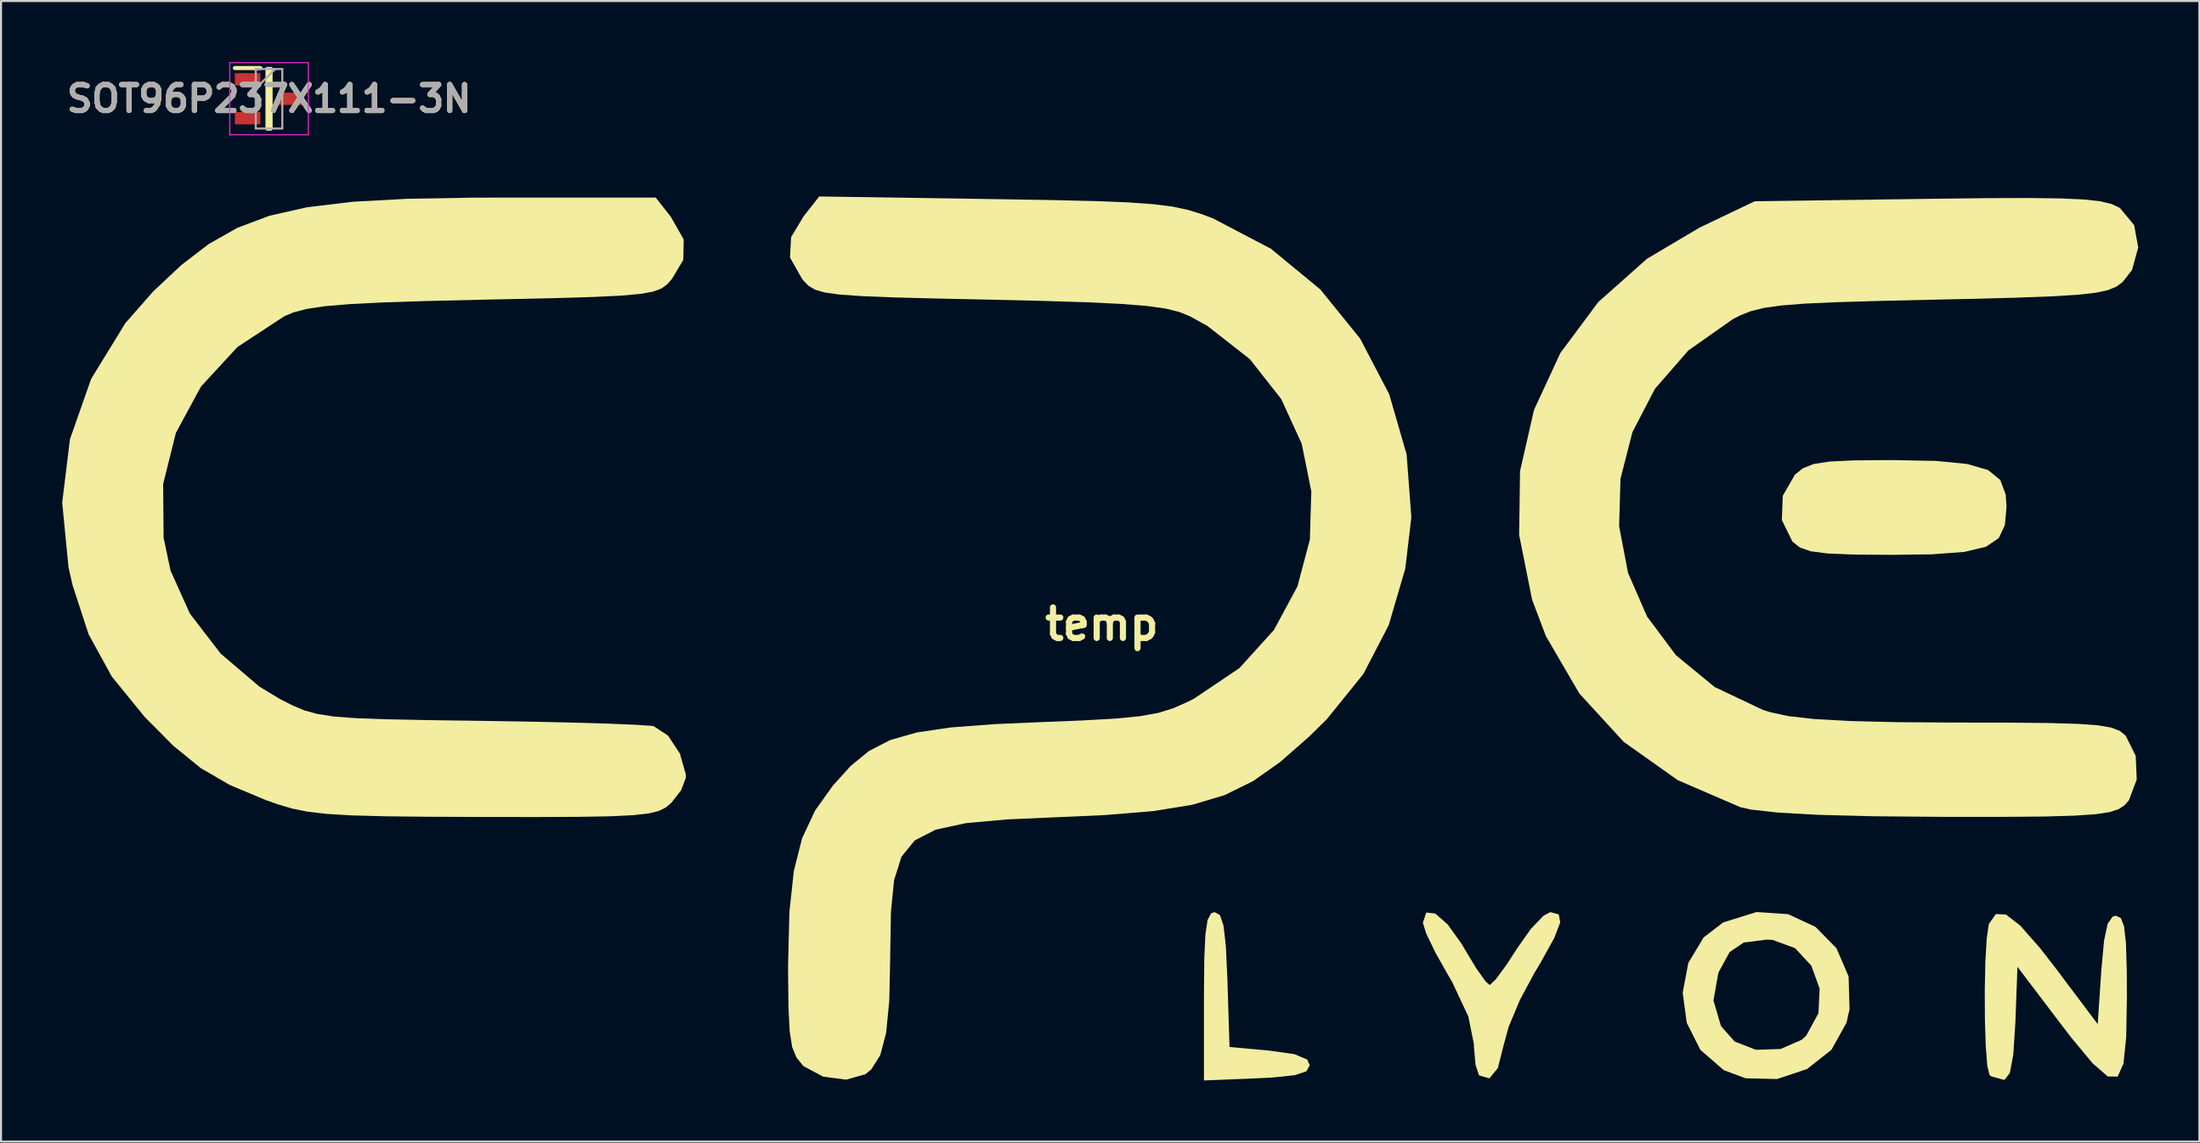
<source format=kicad_pcb>
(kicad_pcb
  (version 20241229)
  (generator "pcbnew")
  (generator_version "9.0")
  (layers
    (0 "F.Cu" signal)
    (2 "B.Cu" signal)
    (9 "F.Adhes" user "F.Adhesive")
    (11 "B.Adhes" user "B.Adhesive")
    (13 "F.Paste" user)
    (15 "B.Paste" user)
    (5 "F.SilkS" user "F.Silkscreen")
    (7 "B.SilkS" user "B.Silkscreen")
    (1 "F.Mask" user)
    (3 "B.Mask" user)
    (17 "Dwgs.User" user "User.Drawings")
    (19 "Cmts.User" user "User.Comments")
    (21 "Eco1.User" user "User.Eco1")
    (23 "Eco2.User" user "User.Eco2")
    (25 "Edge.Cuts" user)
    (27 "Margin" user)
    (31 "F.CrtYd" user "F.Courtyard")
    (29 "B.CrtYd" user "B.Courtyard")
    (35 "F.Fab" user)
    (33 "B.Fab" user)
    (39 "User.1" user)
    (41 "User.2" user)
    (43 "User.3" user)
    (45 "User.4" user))
  (footprint "SOT96P237X111-3N"
    (layer "F.Cu")
    (at 10.142 1.795)
    (property "Reference" "SOT96P237X111-3N" (at 0 0 0) (layer "F.SilkS") (effects (font (size 1.27 1.27) (thickness 0.254))))
    (attr smd)
    (fp_line (start -1.675 -1.505) (end -0.425 -1.505) (stroke (width 0.2) (type solid)) (layer "F.SilkS"))
    (fp_line (start -0.075 -1.46) (end 0.075 -1.46) (stroke (width 0.2) (type solid)) (layer "F.SilkS"))
    (fp_line (start -0.075 1.46) (end -0.075 -1.46) (stroke (width 0.2) (type solid)) (layer "F.SilkS"))
    (fp_line (start 0.075 -1.46) (end 0.075 1.46) (stroke (width 0.2) (type solid)) (layer "F.SilkS"))
    (fp_line (start 0.075 1.46) (end -0.075 1.46) (stroke (width 0.2) (type solid)) (layer "F.SilkS"))
    (fp_line (start -1.925 -1.77) (end 1.925 -1.77) (stroke (width 0.05) (type solid)) (layer "F.CrtYd"))
    (fp_line (start -1.925 1.77) (end -1.925 -1.77) (stroke (width 0.05) (type solid)) (layer "F.CrtYd"))
    (fp_line (start 1.925 -1.77) (end 1.925 1.77) (stroke (width 0.05) (type solid)) (layer "F.CrtYd"))
    (fp_line (start 1.925 1.77) (end -1.925 1.77) (stroke (width 0.05) (type solid)) (layer "F.CrtYd"))
    (fp_line (start -0.65 -1.46) (end 0.65 -1.46) (stroke (width 0.1) (type solid)) (layer "F.Fab"))
    (fp_line (start -0.65 -0.505) (end 0.305 -1.46) (stroke (width 0.1) (type solid)) (layer "F.Fab"))
    (fp_line (start -0.65 1.46) (end -0.65 -1.46) (stroke (width 0.1) (type solid)) (layer "F.Fab"))
    (fp_line (start 0.65 -1.46) (end 0.65 1.46) (stroke (width 0.1) (type solid)) (layer "F.Fab"))
    (fp_line (start 0.65 1.46) (end -0.65 1.46) (stroke (width 0.1) (type solid)) (layer "F.Fab"))
    (fp_text user "${REFERENCE}" (at 0 0 0) (layer "F.Fab") (effects (font (size 1.27 1.27) (thickness 0.254))))
    (pad "1" smd rect (at -1.05 -0.955 90) (size 0.6 1.25) (layers "F.Cu" "F.Mask" "F.Paste"))
    (pad "2" smd rect (at -1.05 0.955 90) (size 0.6 1.25) (layers "F.Cu" "F.Mask" "F.Paste"))
    (pad "3" smd rect (at 1.05 0 90) (size 0.6 1.25) (layers "F.Cu" "F.Mask" "F.Paste")))
  (footprint "temp"
    (layer "F.Cu")
    (at 50.976 27.573)
    (property "Reference" "temp" (at 0 0 0) (layer "F.SilkS") (effects (font (size 1.5 1.5) (thickness 0.3))))
    (attr board_only exclude_from_pos_files exclude_from_bom)
    (fp_poly (pts (xy 5.792 14.278) (xy 5.968 14.796) (xy 6.082 15.798) (xy 6.156 17.399) (xy 6.158 17.44) (xy 6.261 20.749) (xy 8.228 20.928) (xy 9.454 21.103) (xy 10.071 21.367) (xy 10.196 21.644) (xy 10.033 21.94) (xy 9.464 22.131) (xy 8.364 22.247) (xy 7.602 22.285) (xy 5.008 22.39) (xy 5.008 18.261) (xy 5.024 16.443) (xy 5.078 15.231) (xy 5.186 14.515) (xy 5.36 14.188) (xy 5.532 14.131)) (stroke (width 0) (type solid)) (fill yes) (layer "F.SilkS"))
    (fp_poly (pts (xy 40.895 -8.008) (xy 42.437 -7.857) (xy 43.458 -7.559) (xy 44.054 -7.073) (xy 44.32 -6.362) (xy 44.361 -5.759) (xy 44.281 -4.859) (xy 43.977 -4.218) (xy 43.347 -3.793) (xy 42.294 -3.543) (xy 40.716 -3.425) (xy 38.753 -3.399) (xy 36.885 -3.412) (xy 35.597 -3.465) (xy 34.756 -3.574) (xy 34.228 -3.759) (xy 33.878 -4.036) (xy 33.862 -4.053) (xy 33.344 -5.106) (xy 33.39 -6.297) (xy 33.986 -7.334) (xy 34.38 -7.65) (xy 34.903 -7.857) (xy 35.701 -7.978) (xy 36.921 -8.035) (xy 38.708 -8.049) (xy 38.736 -8.049)) (stroke (width 0) (type solid)) (fill yes) (layer "F.SilkS"))
    (fp_poly (pts (xy 22.408 14.243) (xy 22.477 14.638) (xy 22.182 15.406) (xy 21.499 16.637) (xy 21.209 17.119) (xy 20.498 18.446) (xy 19.947 19.763) (xy 19.689 20.714) (xy 19.417 21.786) (xy 19.005 22.288) (xy 18.512 22.149) (xy 18.491 22.128) (xy 18.327 21.636) (xy 18.246 20.75) (xy 18.244 20.6) (xy 17.972 19.253) (xy 17.184 17.571) (xy 16.992 17.243) (xy 16.355 16.114) (xy 15.904 15.176) (xy 15.741 14.65) (xy 15.91 14.15) (xy 16.351 14.201) (xy 16.965 14.74) (xy 17.654 15.707) (xy 17.777 15.919) (xy 18.359 16.887) (xy 18.822 17.536) (xy 19.019 17.708) (xy 19.319 17.428) (xy 19.852 16.703) (xy 20.358 15.92) (xy 21.037 14.955) (xy 21.659 14.306) (xy 21.998 14.131)) (stroke (width 0) (type solid)) (fill yes) (layer "F.SilkS"))
    (fp_poly (pts (xy 33.649 14.231) (xy 34.994 14.855) (xy 36.022 15.904) (xy 36.617 17.285) (xy 36.663 18.904) (xy 36.514 19.56) (xy 35.775 20.887) (xy 34.579 21.831) (xy 33.112 22.321) (xy 31.563 22.283) (xy 30.495 21.885) (xy 29.352 20.892) (xy 28.681 19.563) (xy 28.535 18.469) (xy 29.991 18.469) (xy 30.361 19.724) (xy 31.03 20.481) (xy 32.068 20.886) (xy 33.279 20.848) (xy 34.322 20.394) (xy 34.539 20.195) (xy 35.14 19.089) (xy 35.197 17.881) (xy 34.788 16.755) (xy 33.99 15.897) (xy 32.879 15.492) (xy 32.584 15.483) (xy 31.474 15.624) (xy 30.785 16.091) (xy 30.248 17.071) (xy 30.231 17.11) (xy 29.991 18.469) (xy 28.535 18.469) (xy 28.483 18.081) (xy 28.758 16.625) (xy 29.508 15.375) (xy 30.467 14.637) (xy 32.102 14.127)) (stroke (width 0) (type solid)) (fill yes) (layer "F.SilkS"))
    (fp_poly (pts (xy 44.33 14.248) (xy 45.037 14.795) (xy 46.013 15.906) (xy 46.767 16.879) (xy 48.832 19.628) (xy 49.011 16.969) (xy 49.143 15.536) (xy 49.319 14.701) (xy 49.573 14.345) (xy 49.727 14.31) (xy 49.967 14.422) (xy 50.125 14.835) (xy 50.217 15.663) (xy 50.257 17.017) (xy 50.263 18.24) (xy 50.23 20.247) (xy 50.096 21.561) (xy 49.811 22.203) (xy 49.325 22.195) (xy 48.589 21.556) (xy 47.552 20.309) (xy 47.009 19.602) (xy 44.897 16.814) (xy 44.793 19.587) (xy 44.692 21.126) (xy 44.523 22.025) (xy 44.27 22.354) (xy 44.226 22.359) (xy 43.624 22.195) (xy 43.526 22.121) (xy 43.417 21.67) (xy 43.342 20.697) (xy 43.301 19.395) (xy 43.294 17.956) (xy 43.323 16.573) (xy 43.388 15.438) (xy 43.488 14.745) (xy 43.504 14.697) (xy 43.837 14.227)) (stroke (width 0) (type solid)) (fill yes) (layer "F.SilkS"))
    (fp_poly (pts (xy 47.003 -20.888) (xy 48.156 -20.836) (xy 48.96 -20.746) (xy 49.505 -20.615) (xy 49.885 -20.438) (xy 49.925 -20.412) (xy 50.619 -19.578) (xy 50.818 -18.478) (xy 50.513 -17.372) (xy 50.048 -16.78) (xy 49.753 -16.562) (xy 49.346 -16.391) (xy 48.737 -16.26) (xy 47.833 -16.159) (xy 46.541 -16.08) (xy 44.77 -16.015) (xy 42.426 -15.955) (xy 40.836 -15.92) (xy 38.13 -15.858) (xy 36.038 -15.796) (xy 34.461 -15.725) (xy 33.298 -15.633) (xy 32.449 -15.512) (xy 31.813 -15.351) (xy 31.29 -15.142) (xy 30.945 -14.966) (xy 28.763 -13.43) (xy 27.123 -11.548) (xy 26.016 -9.417) (xy 25.433 -7.136) (xy 25.365 -4.802) (xy 25.802 -2.515) (xy 26.735 -0.372) (xy 28.155 1.529) (xy 30.053 3.089) (xy 32.419 4.21) (xy 32.756 4.317) (xy 33.653 4.512) (xy 34.926 4.657) (xy 36.658 4.754) (xy 38.932 4.81) (xy 41.832 4.83) (xy 42.037 4.83) (xy 44.574 4.834) (xy 46.492 4.854) (xy 47.888 4.896) (xy 48.857 4.967) (xy 49.495 5.077) (xy 49.9 5.232) (xy 50.167 5.441) (xy 50.208 5.484) (xy 50.696 6.466) (xy 50.745 7.627) (xy 50.362 8.644) (xy 50.146 8.888) (xy 49.859 9.079) (xy 49.416 9.224) (xy 48.726 9.328) (xy 47.698 9.398) (xy 46.244 9.44) (xy 44.271 9.457) (xy 41.691 9.458) (xy 41.113 9.456) (xy 37.782 9.427) (xy 35.141 9.358) (xy 33.166 9.249) (xy 31.833 9.099) (xy 31.303 8.98) (xy 28.236 7.654) (xy 25.587 5.775) (xy 23.414 3.402) (xy 21.776 0.592) (xy 21.098 -1.2) (xy 20.463 -4.377) (xy 20.507 -7.506) (xy 21.191 -10.507) (xy 22.481 -13.297) (xy 24.338 -15.797) (xy 26.726 -17.923) (xy 29.316 -19.459) (xy 32.018 -20.749) (xy 40.534 -20.867) (xy 43.284 -20.9) (xy 45.41 -20.908)) (stroke (width 0) (type solid)) (fill yes) (layer "F.SilkS"))
    (fp_poly (pts (xy -21.133 -19.986) (xy -20.5 -18.874) (xy -20.522 -17.87) (xy -21.075 -16.943) (xy -21.308 -16.677) (xy -21.584 -16.472) (xy -21.993 -16.317) (xy -22.628 -16.202) (xy -23.58 -16.117) (xy -24.94 -16.052) (xy -26.8 -15.997) (xy -29.251 -15.942) (xy -30.287 -15.92) (xy -33.078 -15.854) (xy -35.25 -15.784) (xy -36.896 -15.7) (xy -38.112 -15.597) (xy -38.995 -15.464) (xy -39.637 -15.295) (xy -40.081 -15.11) (xy -42.386 -13.594) (xy -44.174 -11.653) (xy -45.402 -9.381) (xy -46.026 -6.877) (xy -46.004 -4.235) (xy -45.664 -2.626) (xy -44.715 -0.516) (xy -43.208 1.445) (xy -41.299 3.073) (xy -40.291 3.68) (xy -39.673 3.994) (xy -39.103 4.233) (xy -38.471 4.408) (xy -37.669 4.531) (xy -36.587 4.614) (xy -35.117 4.669) (xy -33.149 4.709) (xy -30.587 4.744) (xy -28.245 4.781) (xy -26.111 4.828) (xy -24.302 4.88) (xy -22.932 4.935) (xy -22.116 4.988) (xy -21.973 5.008) (xy -21.274 5.468) (xy -20.689 6.35) (xy -20.399 7.366) (xy -20.392 7.53) (xy -20.628 8.151) (xy -21.107 8.765) (xy -21.37 8.991) (xy -21.708 9.164) (xy -22.213 9.289) (xy -22.979 9.375) (xy -24.096 9.429) (xy -25.658 9.456) (xy -27.756 9.465) (xy -30.319 9.462) (xy -33.038 9.452) (xy -35.151 9.429) (xy -36.765 9.386) (xy -37.991 9.314) (xy -38.936 9.204) (xy -39.71 9.048) (xy -40.421 8.837) (xy -40.992 8.634) (xy -42.75 7.898) (xy -44.179 7.067) (xy -45.526 5.971) (xy -46.932 4.554) (xy -48.546 2.57) (xy -49.68 0.503) (xy -50.469 -1.913) (xy -50.666 -2.785) (xy -50.976 -5.959) (xy -50.596 -9.072) (xy -49.555 -12.037) (xy -47.878 -14.769) (xy -46.515 -16.322) (xy -45.139 -17.614) (xy -43.798 -18.645) (xy -42.391 -19.443) (xy -40.814 -20.037) (xy -38.965 -20.454) (xy -36.741 -20.723) (xy -34.04 -20.87) (xy -30.759 -20.926) (xy -29.644 -20.928) (xy -21.874 -20.928)) (stroke (width 0) (type solid)) (fill yes) (layer "F.SilkS"))
    (fp_poly (pts (xy -5.229 -20.853) (xy -2.483 -20.807) (xy -0.346 -20.757) (xy 1.288 -20.693) (xy 2.526 -20.605) (xy 3.473 -20.485) (xy 4.237 -20.322) (xy 4.924 -20.107) (xy 5.456 -19.905) (xy 8.296 -18.416) (xy 10.715 -16.421) (xy 12.664 -14.013) (xy 14.091 -11.283) (xy 14.946 -8.326) (xy 15.177 -5.234) (xy 14.879 -2.722) (xy 14.067 0.053) (xy 12.821 2.451) (xy 11.026 4.672) (xy 10.149 5.535) (xy 8.741 6.769) (xy 7.413 7.705) (xy 6.025 8.388) (xy 4.438 8.864) (xy 2.515 9.176) (xy 0.115 9.372) (xy -1.968 9.464) (xy -4.63 9.581) (xy -6.663 9.765) (xy -8.149 10.087) (xy -9.176 10.614) (xy -9.826 11.417) (xy -10.186 12.563) (xy -10.341 14.122) (xy -10.375 16.163) (xy -10.375 16.288) (xy -10.421 18.476) (xy -10.577 20.06) (xy -10.863 21.148) (xy -11.303 21.847) (xy -11.591 22.085) (xy -12.535 22.351) (xy -13.661 22.205) (xy -14.61 21.699) (xy -14.668 21.644) (xy -14.977 21.261) (xy -15.183 20.754) (xy -15.305 19.981) (xy -15.365 18.801) (xy -15.383 17.072) (xy -15.383 16.699) (xy -15.319 14.131) (xy -15.103 12.118) (xy -14.696 10.507) (xy -14.06 9.148) (xy -13.192 7.929) (xy -12.314 6.958) (xy -11.417 6.224) (xy -10.379 5.69) (xy -9.079 5.317) (xy -7.396 5.068) (xy -5.208 4.905) (xy -3.22 4.818) (xy -0.993 4.729) (xy 0.656 4.636) (xy 1.865 4.518) (xy 2.77 4.355) (xy 3.51 4.125) (xy 4.222 3.809) (xy 4.516 3.66) (xy 6.751 2.155) (xy 8.442 0.284) (xy 9.592 -1.851) (xy 10.202 -4.151) (xy 10.272 -6.516) (xy 9.803 -8.847) (xy 8.798 -11.042) (xy 7.256 -13.003) (xy 5.179 -14.629) (xy 4.307 -15.11) (xy 3.796 -15.317) (xy 3.13 -15.482) (xy 2.213 -15.61) (xy 0.95 -15.711) (xy -0.754 -15.793) (xy -2.994 -15.862) (xy -5.488 -15.92) (xy -8.172 -15.978) (xy -10.233 -16.032) (xy -11.761 -16.092) (xy -12.848 -16.169) (xy -13.585 -16.271) (xy -14.065 -16.411) (xy -14.378 -16.597) (xy -14.616 -16.841) (xy -14.7 -16.943) (xy -15.289 -17.986) (xy -15.236 -18.986) (xy -14.62 -20.013) (xy -13.857 -20.983)) (stroke (width 0) (type solid)) (fill yes) (layer "F.SilkS")))
  (gr_rect
    (start -3 -3)
    (end 104.793 52.964)
    (stroke (width 0.1) (type default))
    (fill no)
    (layer "Edge.Cuts")))
</source>
